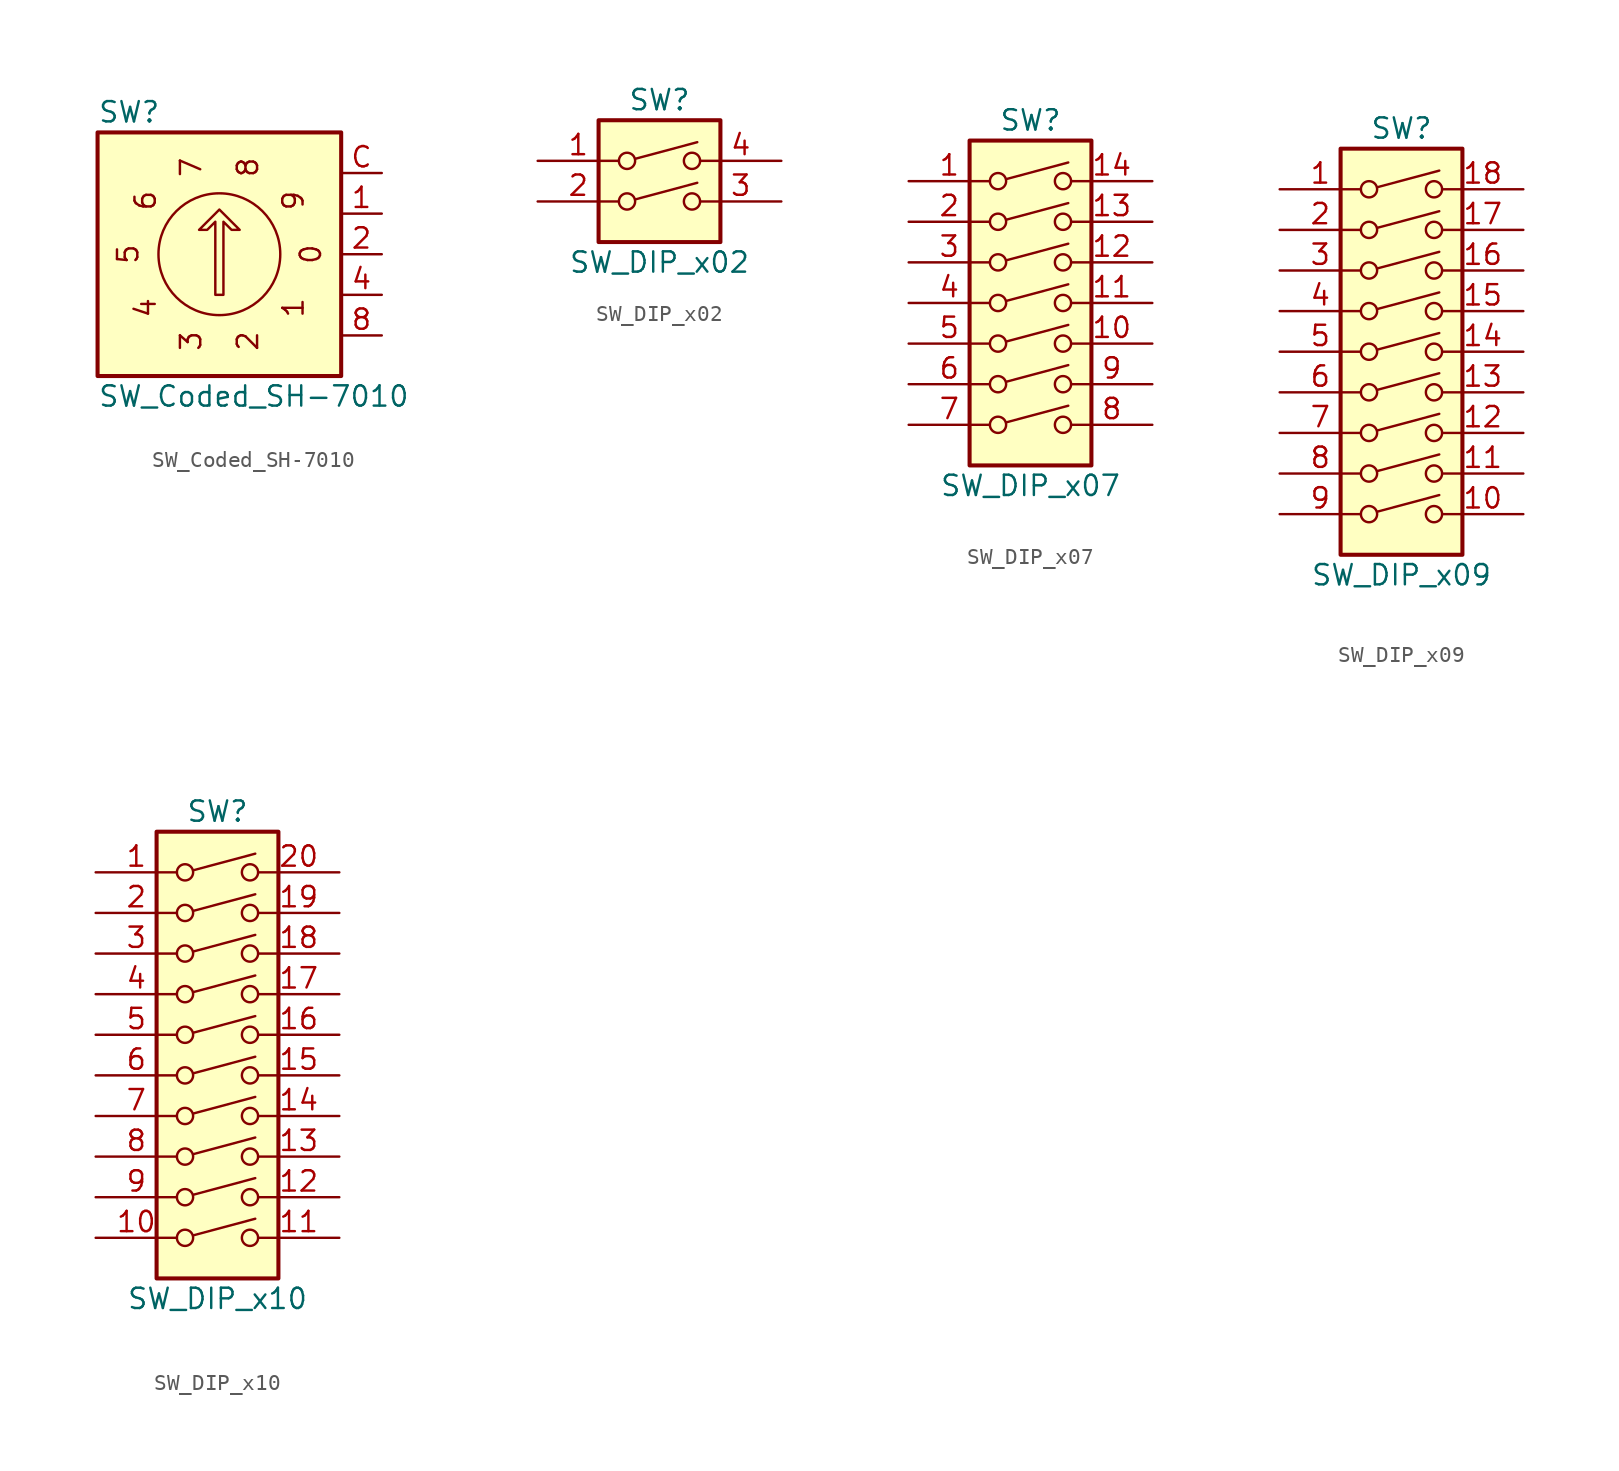
<source format=kicad_sym>
(kicad_symbol_lib
  (version 20211014)
  (generator kicad_symbol_editor)
  (symbol "SW_Coded_SH-7010"
    (pin_names hide)
    (property "Reference" "SW"
      (at -7.62 8.89 0)
      (effects (font (size 1.27 1.27)) (justify left)))
    (property "Value" "SW_Coded_SH-7010"
      (at -7.62 -8.89 0)
      (effects (font (size 1.27 1.27)) (justify left)))
    (symbol "SW_Coded_SH-7010_0_0"
      (text "0" (at 5.715 0 2700) (effects (font (size 1.27 1.27))))
      (text "1" (at 4.623 -3.353 2340) (effects (font (size 1.27 1.27))))
      (text "2" (at 1.778 -5.436 1980) (effects (font (size 1.27 1.27))))
      (text "3" (at -1.778 -5.436 1620) (effects (font (size 1.27 1.27))))
      (text "4" (at -4.623 -3.353 1260) (effects (font (size 1.27 1.27))))
      (text "5" (at -5.715 0 900) (effects (font (size 1.27 1.27))))
      (text "6" (at -4.623 3.353 540) (effects (font (size 1.27 1.27))))
      (text "7" (at -1.778 5.436 180) (effects (font (size 1.27 1.27))))
      (text "8" (at 1.778 5.436 3420) (effects (font (size 1.27 1.27))))
      (text "9" (at 4.623 3.353 3060) (effects (font (size 1.27 1.27)))))
    (symbol "SW_Coded_SH-7010_0_1"
      (polyline (pts (xy -0.254 -2.54) (xy -0.254 2.032) (xy -0.762 1.524) (xy -1.27 1.524) (xy 0 2.794) (xy 1.27 1.524) (xy 0.762 1.524) (xy 0.254 2.032) (xy 0.254 -2.54) (xy -0.254 -2.54) (xy -0.254 -2.54)) (stroke (width 0) (type default) (color 0 0 0 0)) (fill (type none)))
      (circle (center 0 0) (radius 3.81) (stroke (width 0) (type default) (color 0 0 0 0)) (fill (type none)))
      (rectangle (start 7.62 7.62) (end -7.62 -7.62) (stroke (width 0.254) (type default) (color 0 0 0 0)) (fill (type background))))
    (symbol "SW_Coded_SH-7010_1_1"
      (pin passive line (at 10.16 2.54 180) (length 2.54) (name "1" (effects (font (size 1.27 1.27)))) (number "1" (effects (font (size 1.27 1.27)))))
      (pin passive line (at 10.16 0 180) (length 2.54) (name "2" (effects (font (size 1.27 1.27)))) (number "2" (effects (font (size 1.27 1.27)))))
      (pin passive line (at 10.16 -2.54 180) (length 2.54) (name "4" (effects (font (size 1.27 1.27)))) (number "4" (effects (font (size 1.27 1.27)))))
      (pin passive line (at 10.16 -5.08 180) (length 2.54) (name "8" (effects (font (size 1.27 1.27)))) (number "8" (effects (font (size 1.27 1.27)))))
      (pin passive line (at 10.16 5.08 180) (length 2.54) (name "C" (effects (font (size 1.27 1.27)))) (number "C" (effects (font (size 1.27 1.27)))))))
  (symbol "SW_DIP_x02"
    (pin_names
      (offset 0) hide)
    (property "Reference" "SW"
      (at 0 6.35 0)
      (effects (font (size 1.27 1.27))))
    (property "Value" "SW_DIP_x02"
      (at 0 -3.81 0)
      (effects (font (size 1.27 1.27))))
    (symbol "SW_DIP_x02_0_0"
      (circle (center -2.032 0) (radius 0.508) (stroke (width 0) (type default) (color 0 0 0 0)) (fill (type none)))
      (circle (center -2.032 2.54) (radius 0.508) (stroke (width 0) (type default) (color 0 0 0 0)) (fill (type none)))
      (polyline (pts (xy -1.524 0.127) (xy 2.362 1.168)) (stroke (width 0) (type default) (color 0 0 0 0)) (fill (type none)))
      (polyline (pts (xy -1.524 2.667) (xy 2.362 3.708)) (stroke (width 0) (type default) (color 0 0 0 0)) (fill (type none)))
      (circle (center 2.032 0) (radius 0.508) (stroke (width 0) (type default) (color 0 0 0 0)) (fill (type none)))
      (circle (center 2.032 2.54) (radius 0.508) (stroke (width 0) (type default) (color 0 0 0 0)) (fill (type none))))
    (symbol "SW_DIP_x02_0_1"
      (rectangle (start -3.81 5.08) (end 3.81 -2.54) (stroke (width 0.254) (type default) (color 0 0 0 0)) (fill (type background))))
    (symbol "SW_DIP_x02_1_1"
      (pin passive line (at -7.62 2.54 0) (length 5.08) (name "~" (effects (font (size 1.27 1.27)))) (number "1" (effects (font (size 1.27 1.27)))))
      (pin passive line (at -7.62 0 0) (length 5.08) (name "~" (effects (font (size 1.27 1.27)))) (number "2" (effects (font (size 1.27 1.27)))))
      (pin passive line (at 7.62 0 180) (length 5.08) (name "~" (effects (font (size 1.27 1.27)))) (number "3" (effects (font (size 1.27 1.27)))))
      (pin passive line (at 7.62 2.54 180) (length 5.08) (name "~" (effects (font (size 1.27 1.27)))) (number "4" (effects (font (size 1.27 1.27)))))))
  (symbol "SW_DIP_x07"
    (pin_names
      (offset 0) hide)
    (property "Reference" "SW"
      (at 0 13.97 0)
      (effects (font (size 1.27 1.27))))
    (property "Value" "SW_DIP_x07"
      (at 0 -8.89 0)
      (effects (font (size 1.27 1.27))))
    (symbol "SW_DIP_x07_0_0"
      (circle (center -2.032 -5.08) (radius 0.508) (stroke (width 0) (type default) (color 0 0 0 0)) (fill (type none)))
      (circle (center -2.032 -2.54) (radius 0.508) (stroke (width 0) (type default) (color 0 0 0 0)) (fill (type none)))
      (circle (center -2.032 0) (radius 0.508) (stroke (width 0) (type default) (color 0 0 0 0)) (fill (type none)))
      (circle (center -2.032 2.54) (radius 0.508) (stroke (width 0) (type default) (color 0 0 0 0)) (fill (type none)))
      (circle (center -2.032 5.08) (radius 0.508) (stroke (width 0) (type default) (color 0 0 0 0)) (fill (type none)))
      (circle (center -2.032 7.62) (radius 0.508) (stroke (width 0) (type default) (color 0 0 0 0)) (fill (type none)))
      (circle (center -2.032 10.16) (radius 0.508) (stroke (width 0) (type default) (color 0 0 0 0)) (fill (type none)))
      (polyline (pts (xy -1.524 -4.928) (xy 2.362 -3.886)) (stroke (width 0) (type default) (color 0 0 0 0)) (fill (type none)))
      (polyline (pts (xy -1.524 -2.388) (xy 2.362 -1.346)) (stroke (width 0) (type default) (color 0 0 0 0)) (fill (type none)))
      (polyline (pts (xy -1.524 0.127) (xy 2.362 1.168)) (stroke (width 0) (type default) (color 0 0 0 0)) (fill (type none)))
      (polyline (pts (xy -1.524 2.667) (xy 2.362 3.708)) (stroke (width 0) (type default) (color 0 0 0 0)) (fill (type none)))
      (polyline (pts (xy -1.524 5.207) (xy 2.362 6.248)) (stroke (width 0) (type default) (color 0 0 0 0)) (fill (type none)))
      (polyline (pts (xy -1.524 7.747) (xy 2.362 8.788)) (stroke (width 0) (type default) (color 0 0 0 0)) (fill (type none)))
      (polyline (pts (xy -1.524 10.287) (xy 2.362 11.328)) (stroke (width 0) (type default) (color 0 0 0 0)) (fill (type none)))
      (circle (center 2.032 -5.08) (radius 0.508) (stroke (width 0) (type default) (color 0 0 0 0)) (fill (type none)))
      (circle (center 2.032 -2.54) (radius 0.508) (stroke (width 0) (type default) (color 0 0 0 0)) (fill (type none)))
      (circle (center 2.032 0) (radius 0.508) (stroke (width 0) (type default) (color 0 0 0 0)) (fill (type none)))
      (circle (center 2.032 2.54) (radius 0.508) (stroke (width 0) (type default) (color 0 0 0 0)) (fill (type none)))
      (circle (center 2.032 5.08) (radius 0.508) (stroke (width 0) (type default) (color 0 0 0 0)) (fill (type none)))
      (circle (center 2.032 7.62) (radius 0.508) (stroke (width 0) (type default) (color 0 0 0 0)) (fill (type none)))
      (circle (center 2.032 10.16) (radius 0.508) (stroke (width 0) (type default) (color 0 0 0 0)) (fill (type none))))
    (symbol "SW_DIP_x07_0_1"
      (rectangle (start -3.81 12.7) (end 3.81 -7.62) (stroke (width 0.254) (type default) (color 0 0 0 0)) (fill (type background))))
    (symbol "SW_DIP_x07_1_1"
      (pin passive line (at -7.62 10.16 0) (length 5.08) (name "~" (effects (font (size 1.27 1.27)))) (number "1" (effects (font (size 1.27 1.27)))))
      (pin passive line (at 7.62 0 180) (length 5.08) (name "~" (effects (font (size 1.27 1.27)))) (number "10" (effects (font (size 1.27 1.27)))))
      (pin passive line (at 7.62 2.54 180) (length 5.08) (name "~" (effects (font (size 1.27 1.27)))) (number "11" (effects (font (size 1.27 1.27)))))
      (pin passive line (at 7.62 5.08 180) (length 5.08) (name "~" (effects (font (size 1.27 1.27)))) (number "12" (effects (font (size 1.27 1.27)))))
      (pin passive line (at 7.62 7.62 180) (length 5.08) (name "~" (effects (font (size 1.27 1.27)))) (number "13" (effects (font (size 1.27 1.27)))))
      (pin passive line (at 7.62 10.16 180) (length 5.08) (name "~" (effects (font (size 1.27 1.27)))) (number "14" (effects (font (size 1.27 1.27)))))
      (pin passive line (at -7.62 7.62 0) (length 5.08) (name "~" (effects (font (size 1.27 1.27)))) (number "2" (effects (font (size 1.27 1.27)))))
      (pin passive line (at -7.62 5.08 0) (length 5.08) (name "~" (effects (font (size 1.27 1.27)))) (number "3" (effects (font (size 1.27 1.27)))))
      (pin passive line (at -7.62 2.54 0) (length 5.08) (name "~" (effects (font (size 1.27 1.27)))) (number "4" (effects (font (size 1.27 1.27)))))
      (pin passive line (at -7.62 0 0) (length 5.08) (name "~" (effects (font (size 1.27 1.27)))) (number "5" (effects (font (size 1.27 1.27)))))
      (pin passive line (at -7.62 -2.54 0) (length 5.08) (name "~" (effects (font (size 1.27 1.27)))) (number "6" (effects (font (size 1.27 1.27)))))
      (pin passive line (at -7.62 -5.08 0) (length 5.08) (name "~" (effects (font (size 1.27 1.27)))) (number "7" (effects (font (size 1.27 1.27)))))
      (pin passive line (at 7.62 -5.08 180) (length 5.08) (name "~" (effects (font (size 1.27 1.27)))) (number "8" (effects (font (size 1.27 1.27)))))
      (pin passive line (at 7.62 -2.54 180) (length 5.08) (name "~" (effects (font (size 1.27 1.27)))) (number "9" (effects (font (size 1.27 1.27)))))))
  (symbol "SW_DIP_x09"
    (pin_names
      (offset 0) hide)
    (property "Reference" "SW"
      (at 0 13.97 0)
      (effects (font (size 1.27 1.27))))
    (property "Value" "SW_DIP_x09"
      (at 0 -13.97 0)
      (effects (font (size 1.27 1.27))))
    (symbol "SW_DIP_x09_0_0"
      (circle (center -2.032 -10.16) (radius 0.508) (stroke (width 0) (type default) (color 0 0 0 0)) (fill (type none)))
      (circle (center -2.032 -7.62) (radius 0.508) (stroke (width 0) (type default) (color 0 0 0 0)) (fill (type none)))
      (circle (center -2.032 -5.08) (radius 0.508) (stroke (width 0) (type default) (color 0 0 0 0)) (fill (type none)))
      (circle (center -2.032 -2.54) (radius 0.508) (stroke (width 0) (type default) (color 0 0 0 0)) (fill (type none)))
      (circle (center -2.032 0) (radius 0.508) (stroke (width 0) (type default) (color 0 0 0 0)) (fill (type none)))
      (circle (center -2.032 2.54) (radius 0.508) (stroke (width 0) (type default) (color 0 0 0 0)) (fill (type none)))
      (circle (center -2.032 5.08) (radius 0.508) (stroke (width 0) (type default) (color 0 0 0 0)) (fill (type none)))
      (circle (center -2.032 7.62) (radius 0.508) (stroke (width 0) (type default) (color 0 0 0 0)) (fill (type none)))
      (circle (center -2.032 10.16) (radius 0.508) (stroke (width 0) (type default) (color 0 0 0 0)) (fill (type none)))
      (polyline (pts (xy -1.524 -10.008) (xy 2.362 -8.966)) (stroke (width 0) (type default) (color 0 0 0 0)) (fill (type none)))
      (polyline (pts (xy -1.524 -7.468) (xy 2.362 -6.426)) (stroke (width 0) (type default) (color 0 0 0 0)) (fill (type none)))
      (polyline (pts (xy -1.524 -4.928) (xy 2.362 -3.886)) (stroke (width 0) (type default) (color 0 0 0 0)) (fill (type none)))
      (polyline (pts (xy -1.524 -2.388) (xy 2.362 -1.346)) (stroke (width 0) (type default) (color 0 0 0 0)) (fill (type none)))
      (polyline (pts (xy -1.524 0.127) (xy 2.362 1.168)) (stroke (width 0) (type default) (color 0 0 0 0)) (fill (type none)))
      (polyline (pts (xy -1.524 2.667) (xy 2.362 3.708)) (stroke (width 0) (type default) (color 0 0 0 0)) (fill (type none)))
      (polyline (pts (xy -1.524 5.207) (xy 2.362 6.248)) (stroke (width 0) (type default) (color 0 0 0 0)) (fill (type none)))
      (polyline (pts (xy -1.524 7.747) (xy 2.362 8.788)) (stroke (width 0) (type default) (color 0 0 0 0)) (fill (type none)))
      (polyline (pts (xy -1.524 10.287) (xy 2.362 11.328)) (stroke (width 0) (type default) (color 0 0 0 0)) (fill (type none)))
      (circle (center 2.032 -10.16) (radius 0.508) (stroke (width 0) (type default) (color 0 0 0 0)) (fill (type none)))
      (circle (center 2.032 -7.62) (radius 0.508) (stroke (width 0) (type default) (color 0 0 0 0)) (fill (type none)))
      (circle (center 2.032 -5.08) (radius 0.508) (stroke (width 0) (type default) (color 0 0 0 0)) (fill (type none)))
      (circle (center 2.032 -2.54) (radius 0.508) (stroke (width 0) (type default) (color 0 0 0 0)) (fill (type none)))
      (circle (center 2.032 0) (radius 0.508) (stroke (width 0) (type default) (color 0 0 0 0)) (fill (type none)))
      (circle (center 2.032 2.54) (radius 0.508) (stroke (width 0) (type default) (color 0 0 0 0)) (fill (type none)))
      (circle (center 2.032 5.08) (radius 0.508) (stroke (width 0) (type default) (color 0 0 0 0)) (fill (type none)))
      (circle (center 2.032 7.62) (radius 0.508) (stroke (width 0) (type default) (color 0 0 0 0)) (fill (type none)))
      (circle (center 2.032 10.16) (radius 0.508) (stroke (width 0) (type default) (color 0 0 0 0)) (fill (type none))))
    (symbol "SW_DIP_x09_0_1"
      (rectangle (start -3.81 12.7) (end 3.81 -12.7) (stroke (width 0.254) (type default) (color 0 0 0 0)) (fill (type background))))
    (symbol "SW_DIP_x09_1_1"
      (pin passive line (at -7.62 10.16 0) (length 5.08) (name "~" (effects (font (size 1.27 1.27)))) (number "1" (effects (font (size 1.27 1.27)))))
      (pin passive line (at 7.62 -10.16 180) (length 5.08) (name "~" (effects (font (size 1.27 1.27)))) (number "10" (effects (font (size 1.27 1.27)))))
      (pin passive line (at 7.62 -7.62 180) (length 5.08) (name "~" (effects (font (size 1.27 1.27)))) (number "11" (effects (font (size 1.27 1.27)))))
      (pin passive line (at 7.62 -5.08 180) (length 5.08) (name "~" (effects (font (size 1.27 1.27)))) (number "12" (effects (font (size 1.27 1.27)))))
      (pin passive line (at 7.62 -2.54 180) (length 5.08) (name "~" (effects (font (size 1.27 1.27)))) (number "13" (effects (font (size 1.27 1.27)))))
      (pin passive line (at 7.62 0 180) (length 5.08) (name "~" (effects (font (size 1.27 1.27)))) (number "14" (effects (font (size 1.27 1.27)))))
      (pin passive line (at 7.62 2.54 180) (length 5.08) (name "~" (effects (font (size 1.27 1.27)))) (number "15" (effects (font (size 1.27 1.27)))))
      (pin passive line (at 7.62 5.08 180) (length 5.08) (name "~" (effects (font (size 1.27 1.27)))) (number "16" (effects (font (size 1.27 1.27)))))
      (pin passive line (at 7.62 7.62 180) (length 5.08) (name "~" (effects (font (size 1.27 1.27)))) (number "17" (effects (font (size 1.27 1.27)))))
      (pin passive line (at 7.62 10.16 180) (length 5.08) (name "~" (effects (font (size 1.27 1.27)))) (number "18" (effects (font (size 1.27 1.27)))))
      (pin passive line (at -7.62 7.62 0) (length 5.08) (name "~" (effects (font (size 1.27 1.27)))) (number "2" (effects (font (size 1.27 1.27)))))
      (pin passive line (at -7.62 5.08 0) (length 5.08) (name "~" (effects (font (size 1.27 1.27)))) (number "3" (effects (font (size 1.27 1.27)))))
      (pin passive line (at -7.62 2.54 0) (length 5.08) (name "~" (effects (font (size 1.27 1.27)))) (number "4" (effects (font (size 1.27 1.27)))))
      (pin passive line (at -7.62 0 0) (length 5.08) (name "~" (effects (font (size 1.27 1.27)))) (number "5" (effects (font (size 1.27 1.27)))))
      (pin passive line (at -7.62 -2.54 0) (length 5.08) (name "~" (effects (font (size 1.27 1.27)))) (number "6" (effects (font (size 1.27 1.27)))))
      (pin passive line (at -7.62 -5.08 0) (length 5.08) (name "~" (effects (font (size 1.27 1.27)))) (number "7" (effects (font (size 1.27 1.27)))))
      (pin passive line (at -7.62 -7.62 0) (length 5.08) (name "~" (effects (font (size 1.27 1.27)))) (number "8" (effects (font (size 1.27 1.27)))))
      (pin passive line (at -7.62 -10.16 0) (length 5.08) (name "~" (effects (font (size 1.27 1.27)))) (number "9" (effects (font (size 1.27 1.27)))))))
  (symbol "SW_DIP_x10"
    (pin_names
      (offset 0) hide)
    (property "Reference" "SW"
      (at 0 16.51 0)
      (effects (font (size 1.27 1.27))))
    (property "Value" "SW_DIP_x10"
      (at 0 -13.97 0)
      (effects (font (size 1.27 1.27))))
    (symbol "SW_DIP_x10_0_0"
      (circle (center -2.032 -10.16) (radius 0.508) (stroke (width 0) (type default) (color 0 0 0 0)) (fill (type none)))
      (circle (center -2.032 -7.62) (radius 0.508) (stroke (width 0) (type default) (color 0 0 0 0)) (fill (type none)))
      (circle (center -2.032 -5.08) (radius 0.508) (stroke (width 0) (type default) (color 0 0 0 0)) (fill (type none)))
      (circle (center -2.032 -2.54) (radius 0.508) (stroke (width 0) (type default) (color 0 0 0 0)) (fill (type none)))
      (circle (center -2.032 0) (radius 0.508) (stroke (width 0) (type default) (color 0 0 0 0)) (fill (type none)))
      (circle (center -2.032 2.54) (radius 0.508) (stroke (width 0) (type default) (color 0 0 0 0)) (fill (type none)))
      (circle (center -2.032 5.08) (radius 0.508) (stroke (width 0) (type default) (color 0 0 0 0)) (fill (type none)))
      (circle (center -2.032 7.62) (radius 0.508) (stroke (width 0) (type default) (color 0 0 0 0)) (fill (type none)))
      (circle (center -2.032 10.16) (radius 0.508) (stroke (width 0) (type default) (color 0 0 0 0)) (fill (type none)))
      (circle (center -2.032 12.7) (radius 0.508) (stroke (width 0) (type default) (color 0 0 0 0)) (fill (type none)))
      (polyline (pts (xy -1.524 -10.008) (xy 2.362 -8.966)) (stroke (width 0) (type default) (color 0 0 0 0)) (fill (type none)))
      (polyline (pts (xy -1.524 -7.468) (xy 2.362 -6.426)) (stroke (width 0) (type default) (color 0 0 0 0)) (fill (type none)))
      (polyline (pts (xy -1.524 -4.928) (xy 2.362 -3.886)) (stroke (width 0) (type default) (color 0 0 0 0)) (fill (type none)))
      (polyline (pts (xy -1.524 -2.388) (xy 2.362 -1.346)) (stroke (width 0) (type default) (color 0 0 0 0)) (fill (type none)))
      (polyline (pts (xy -1.524 0.127) (xy 2.362 1.168)) (stroke (width 0) (type default) (color 0 0 0 0)) (fill (type none)))
      (polyline (pts (xy -1.524 2.667) (xy 2.362 3.708)) (stroke (width 0) (type default) (color 0 0 0 0)) (fill (type none)))
      (polyline (pts (xy -1.524 5.207) (xy 2.362 6.248)) (stroke (width 0) (type default) (color 0 0 0 0)) (fill (type none)))
      (polyline (pts (xy -1.524 7.747) (xy 2.362 8.788)) (stroke (width 0) (type default) (color 0 0 0 0)) (fill (type none)))
      (polyline (pts (xy -1.524 10.287) (xy 2.362 11.328)) (stroke (width 0) (type default) (color 0 0 0 0)) (fill (type none)))
      (polyline (pts (xy -1.524 12.827) (xy 2.362 13.868)) (stroke (width 0) (type default) (color 0 0 0 0)) (fill (type none)))
      (circle (center 2.032 -10.16) (radius 0.508) (stroke (width 0) (type default) (color 0 0 0 0)) (fill (type none)))
      (circle (center 2.032 -7.62) (radius 0.508) (stroke (width 0) (type default) (color 0 0 0 0)) (fill (type none)))
      (circle (center 2.032 -5.08) (radius 0.508) (stroke (width 0) (type default) (color 0 0 0 0)) (fill (type none)))
      (circle (center 2.032 -2.54) (radius 0.508) (stroke (width 0) (type default) (color 0 0 0 0)) (fill (type none)))
      (circle (center 2.032 0) (radius 0.508) (stroke (width 0) (type default) (color 0 0 0 0)) (fill (type none)))
      (circle (center 2.032 2.54) (radius 0.508) (stroke (width 0) (type default) (color 0 0 0 0)) (fill (type none)))
      (circle (center 2.032 5.08) (radius 0.508) (stroke (width 0) (type default) (color 0 0 0 0)) (fill (type none)))
      (circle (center 2.032 7.62) (radius 0.508) (stroke (width 0) (type default) (color 0 0 0 0)) (fill (type none)))
      (circle (center 2.032 10.16) (radius 0.508) (stroke (width 0) (type default) (color 0 0 0 0)) (fill (type none)))
      (circle (center 2.032 12.7) (radius 0.508) (stroke (width 0) (type default) (color 0 0 0 0)) (fill (type none))))
    (symbol "SW_DIP_x10_0_1"
      (rectangle (start -3.81 15.24) (end 3.81 -12.7) (stroke (width 0.254) (type default) (color 0 0 0 0)) (fill (type background))))
    (symbol "SW_DIP_x10_1_1"
      (pin passive line (at -7.62 12.7 0) (length 5.08) (name "~" (effects (font (size 1.27 1.27)))) (number "1" (effects (font (size 1.27 1.27)))))
      (pin passive line (at -7.62 -10.16 0) (length 5.08) (name "~" (effects (font (size 1.27 1.27)))) (number "10" (effects (font (size 1.27 1.27)))))
      (pin passive line (at 7.62 -10.16 180) (length 5.08) (name "~" (effects (font (size 1.27 1.27)))) (number "11" (effects (font (size 1.27 1.27)))))
      (pin passive line (at 7.62 -7.62 180) (length 5.08) (name "~" (effects (font (size 1.27 1.27)))) (number "12" (effects (font (size 1.27 1.27)))))
      (pin passive line (at 7.62 -5.08 180) (length 5.08) (name "~" (effects (font (size 1.27 1.27)))) (number "13" (effects (font (size 1.27 1.27)))))
      (pin passive line (at 7.62 -2.54 180) (length 5.08) (name "~" (effects (font (size 1.27 1.27)))) (number "14" (effects (font (size 1.27 1.27)))))
      (pin passive line (at 7.62 0 180) (length 5.08) (name "~" (effects (font (size 1.27 1.27)))) (number "15" (effects (font (size 1.27 1.27)))))
      (pin passive line (at 7.62 2.54 180) (length 5.08) (name "~" (effects (font (size 1.27 1.27)))) (number "16" (effects (font (size 1.27 1.27)))))
      (pin passive line (at 7.62 5.08 180) (length 5.08) (name "~" (effects (font (size 1.27 1.27)))) (number "17" (effects (font (size 1.27 1.27)))))
      (pin passive line (at 7.62 7.62 180) (length 5.08) (name "~" (effects (font (size 1.27 1.27)))) (number "18" (effects (font (size 1.27 1.27)))))
      (pin passive line (at 7.62 10.16 180) (length 5.08) (name "~" (effects (font (size 1.27 1.27)))) (number "19" (effects (font (size 1.27 1.27)))))
      (pin passive line (at -7.62 10.16 0) (length 5.08) (name "~" (effects (font (size 1.27 1.27)))) (number "2" (effects (font (size 1.27 1.27)))))
      (pin passive line (at 7.62 12.7 180) (length 5.08) (name "~" (effects (font (size 1.27 1.27)))) (number "20" (effects (font (size 1.27 1.27)))))
      (pin passive line (at -7.62 7.62 0) (length 5.08) (name "~" (effects (font (size 1.27 1.27)))) (number "3" (effects (font (size 1.27 1.27)))))
      (pin passive line (at -7.62 5.08 0) (length 5.08) (name "~" (effects (font (size 1.27 1.27)))) (number "4" (effects (font (size 1.27 1.27)))))
      (pin passive line (at -7.62 2.54 0) (length 5.08) (name "~" (effects (font (size 1.27 1.27)))) (number "5" (effects (font (size 1.27 1.27)))))
      (pin passive line (at -7.62 0 0) (length 5.08) (name "~" (effects (font (size 1.27 1.27)))) (number "6" (effects (font (size 1.27 1.27)))))
      (pin passive line (at -7.62 -2.54 0) (length 5.08) (name "~" (effects (font (size 1.27 1.27)))) (number "7" (effects (font (size 1.27 1.27)))))
      (pin passive line (at -7.62 -5.08 0) (length 5.08) (name "~" (effects (font (size 1.27 1.27)))) (number "8" (effects (font (size 1.27 1.27)))))
      (pin passive line (at -7.62 -7.62 0) (length 5.08) (name "~" (effects (font (size 1.27 1.27)))) (number "9" (effects (font (size 1.27 1.27))))))))
</source>
